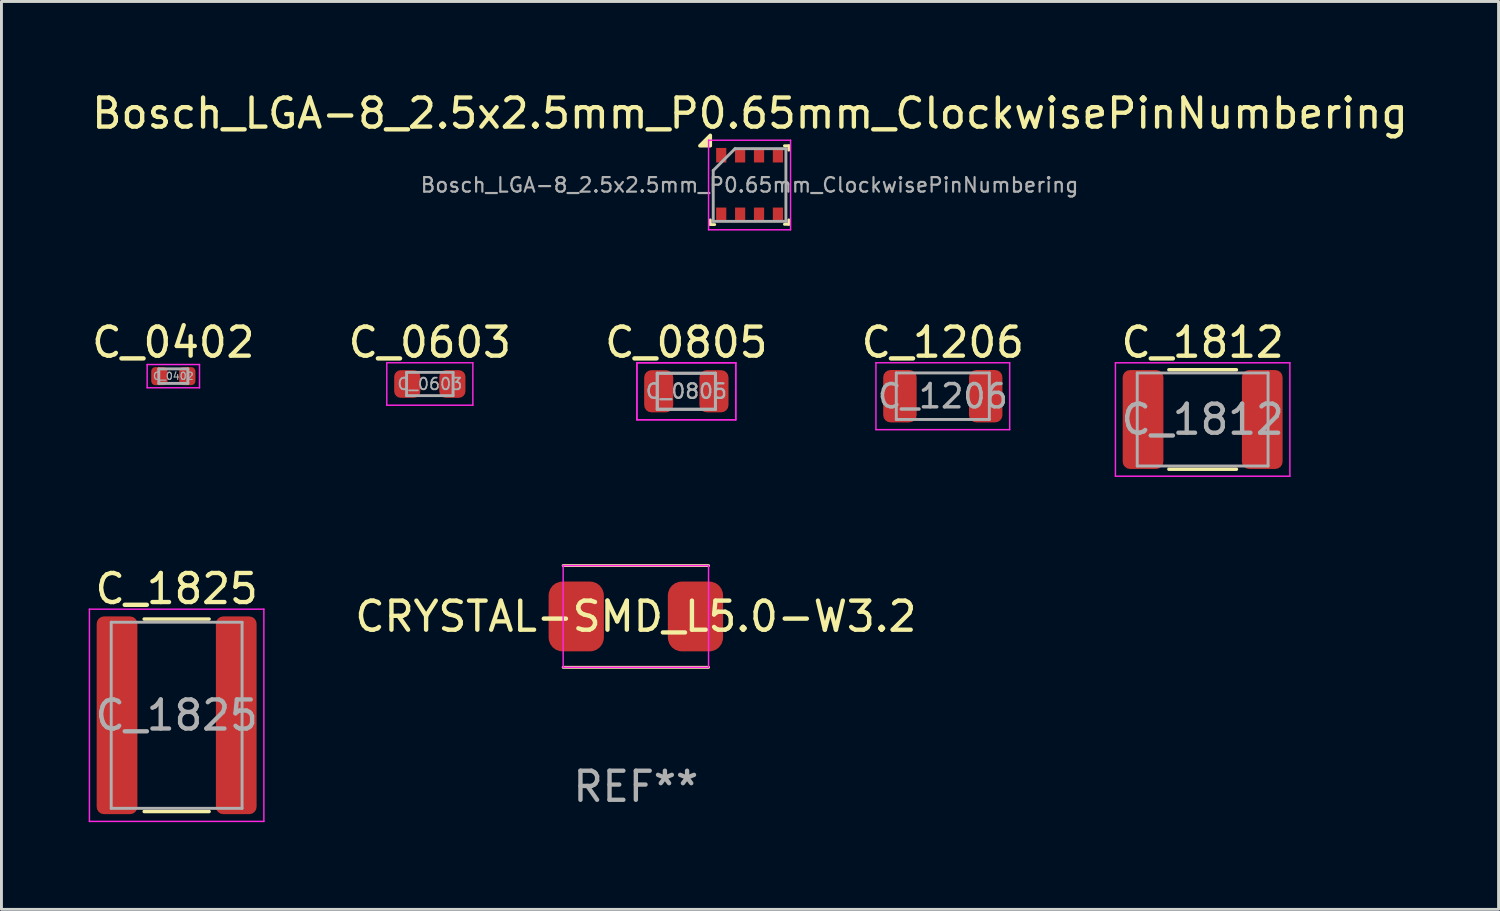
<source format=kicad_pcb>
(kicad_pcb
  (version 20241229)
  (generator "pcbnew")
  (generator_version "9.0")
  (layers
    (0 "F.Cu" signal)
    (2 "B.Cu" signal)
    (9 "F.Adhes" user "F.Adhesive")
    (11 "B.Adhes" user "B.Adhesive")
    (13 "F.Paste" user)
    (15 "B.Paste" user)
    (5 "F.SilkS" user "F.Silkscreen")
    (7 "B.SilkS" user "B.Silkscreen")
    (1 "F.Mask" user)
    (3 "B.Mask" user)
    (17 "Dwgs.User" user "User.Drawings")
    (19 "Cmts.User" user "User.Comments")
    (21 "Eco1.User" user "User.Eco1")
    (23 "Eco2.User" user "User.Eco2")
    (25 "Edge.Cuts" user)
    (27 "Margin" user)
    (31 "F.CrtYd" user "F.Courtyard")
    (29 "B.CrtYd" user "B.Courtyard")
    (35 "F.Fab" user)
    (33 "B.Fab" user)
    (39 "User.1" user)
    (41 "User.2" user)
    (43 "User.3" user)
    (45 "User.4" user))
  (footprint "C_0402"
    (layer "F.Cu")
    (at 2.911 9.886)
    (property "Reference" "C_0402" (at 0 -1.16 0) (layer "F.SilkS") (effects (font (size 1 1) (thickness 0.15))))
    (attr smd)
    (fp_line (start -0.9 -0.4) (end -0.9 0.4) (stroke (width 0.05) (type default)) (layer "F.CrtYd"))
    (fp_line (start -0.9 -0.4) (end 0.9 -0.4) (stroke (width 0.05) (type default)) (layer "F.CrtYd"))
    (fp_line (start 0.9 -0.4) (end 0.9 0.4) (stroke (width 0.05) (type default)) (layer "F.CrtYd"))
    (fp_line (start 0.9 0.4) (end -0.9 0.4) (stroke (width 0.05) (type default)) (layer "F.CrtYd"))
    (fp_line (start -0.5 -0.25) (end 0.5 -0.25) (stroke (width 0.1) (type solid)) (layer "F.Fab"))
    (fp_line (start -0.5 0.25) (end -0.5 -0.25) (stroke (width 0.1) (type solid)) (layer "F.Fab"))
    (fp_line (start 0.5 -0.25) (end 0.5 0.25) (stroke (width 0.1) (type solid)) (layer "F.Fab"))
    (fp_line (start 0.5 0.25) (end -0.5 0.25) (stroke (width 0.1) (type solid)) (layer "F.Fab"))
    (fp_text user "${REFERENCE}" (at 0 0 0) (layer "F.Fab") (effects (font (size 0.25 0.25) (thickness 0.04))))
    (pad "1" smd roundrect (at -0.48 0) (size 0.56 0.62) (layers "F.Cu" "F.Mask" "F.Paste") (roundrect_rratio 0.25))
    (pad "2" smd roundrect (at 0.48 0) (size 0.56 0.62) (layers "F.Cu" "F.Mask" "F.Paste") (roundrect_rratio 0.25)))
  (footprint "C_0805"
    (layer "F.Cu")
    (at 20.554 10.406)
    (property "Reference" "C_0805" (at 0 -1.68 0) (layer "F.SilkS") (effects (font (size 1 1) (thickness 0.15))))
    (attr smd)
    (fp_line (start -1.7 -0.98) (end 1.7 -0.98) (stroke (width 0.05) (type solid)) (layer "F.CrtYd"))
    (fp_line (start -1.7 -0.98) (end 1.7 -0.98) (stroke (width 0.05) (type solid)) (layer "F.CrtYd"))
    (fp_line (start -1.7 0.98) (end -1.7 -0.98) (stroke (width 0.05) (type solid)) (layer "F.CrtYd"))
    (fp_line (start -1.7 0.98) (end -1.7 -0.98) (stroke (width 0.05) (type solid)) (layer "F.CrtYd"))
    (fp_line (start 1.7 -0.98) (end 1.7 0.98) (stroke (width 0.05) (type solid)) (layer "F.CrtYd"))
    (fp_line (start 1.7 -0.98) (end 1.7 0.98) (stroke (width 0.05) (type solid)) (layer "F.CrtYd"))
    (fp_line (start 1.7 0.98) (end -1.7 0.98) (stroke (width 0.05) (type solid)) (layer "F.CrtYd"))
    (fp_line (start 1.7 0.98) (end -1.7 0.98) (stroke (width 0.05) (type solid)) (layer "F.CrtYd"))
    (fp_line (start -1 -0.62) (end 1 -0.62) (stroke (width 0.1) (type solid)) (layer "F.Fab"))
    (fp_line (start -1 -0.62) (end 1 -0.62) (stroke (width 0.1) (type solid)) (layer "F.Fab"))
    (fp_line (start -1 0.62) (end -1 -0.62) (stroke (width 0.1) (type solid)) (layer "F.Fab"))
    (fp_line (start -1 0.62) (end -1 -0.62) (stroke (width 0.1) (type solid)) (layer "F.Fab"))
    (fp_line (start 1 -0.62) (end 1 0.62) (stroke (width 0.1) (type solid)) (layer "F.Fab"))
    (fp_line (start 1 -0.62) (end 1 0.62) (stroke (width 0.1) (type solid)) (layer "F.Fab"))
    (fp_line (start 1 0.62) (end -1 0.62) (stroke (width 0.1) (type solid)) (layer "F.Fab"))
    (fp_line (start 1 0.62) (end -1 0.62) (stroke (width 0.1) (type solid)) (layer "F.Fab"))
    (fp_text user "${REFERENCE}" (at 0 0 0) (layer "F.Fab") (effects (font (size 0.5 0.5) (thickness 0.08))))
    (pad "1" smd roundrect (at -0.95 0) (size 1 1.45) (layers "F.Cu" "F.Mask" "F.Paste") (roundrect_rratio 0.25))
    (pad "2" smd roundrect (at 0.95 0) (size 1 1.45) (layers "F.Cu" "F.Mask" "F.Paste") (roundrect_rratio 0.25)))
  (footprint "C_1825"
    (layer "F.Cu")
    (at 3.025 21.55)
    (property "Reference" "C_1825" (at 0 -4.35 0) (layer "F.SilkS") (effects (font (size 1 1) (thickness 0.15))))
    (attr smd)
    (fp_line (start -1.116 -3.31) (end 1.116 -3.31) (stroke (width 0.12) (type solid)) (layer "F.SilkS"))
    (fp_line (start -1.116 3.31) (end 1.116 3.31) (stroke (width 0.12) (type solid)) (layer "F.SilkS"))
    (fp_line (start -3 -3.65) (end 3 -3.65) (stroke (width 0.05) (type solid)) (layer "F.CrtYd"))
    (fp_line (start -3 3.65) (end -3 -3.65) (stroke (width 0.05) (type solid)) (layer "F.CrtYd"))
    (fp_line (start 3 -3.65) (end 3 3.65) (stroke (width 0.05) (type solid)) (layer "F.CrtYd"))
    (fp_line (start 3 3.65) (end -3 3.65) (stroke (width 0.05) (type solid)) (layer "F.CrtYd"))
    (fp_line (start -2.25 -3.2) (end 2.25 -3.2) (stroke (width 0.1) (type solid)) (layer "F.Fab"))
    (fp_line (start -2.25 3.2) (end -2.25 -3.2) (stroke (width 0.1) (type solid)) (layer "F.Fab"))
    (fp_line (start 2.25 -3.2) (end 2.25 3.2) (stroke (width 0.1) (type solid)) (layer "F.Fab"))
    (fp_line (start 2.25 3.2) (end -2.25 3.2) (stroke (width 0.1) (type solid)) (layer "F.Fab"))
    (fp_text user "${REFERENCE}" (at 0 0 0) (layer "F.Fab") (effects (font (size 1 1) (thickness 0.15))))
    (pad "1" smd roundrect (at -2.05 0) (size 1.4 6.8) (layers "F.Cu" "F.Mask" "F.Paste") (roundrect_rratio 0.179))
    (pad "2" smd roundrect (at 2.05 0) (size 1.4 6.8) (layers "F.Cu" "F.Mask" "F.Paste") (roundrect_rratio 0.179)))
  (footprint "C_1206"
    (layer "F.Cu")
    (at 29.375 10.576)
    (property "Reference" "C_1206" (at 0 -1.85 0) (layer "F.SilkS") (effects (font (size 1 1) (thickness 0.15))))
    (attr smd)
    (fp_line (start -2.3 -1.15) (end 2.3 -1.15) (stroke (width 0.05) (type solid)) (layer "F.CrtYd"))
    (fp_line (start -2.3 1.15) (end -2.3 -1.15) (stroke (width 0.05) (type solid)) (layer "F.CrtYd"))
    (fp_line (start 2.3 -1.15) (end 2.3 1.15) (stroke (width 0.05) (type solid)) (layer "F.CrtYd"))
    (fp_line (start 2.3 1.15) (end -2.3 1.15) (stroke (width 0.05) (type solid)) (layer "F.CrtYd"))
    (fp_line (start -1.6 -0.8) (end 1.6 -0.8) (stroke (width 0.1) (type solid)) (layer "F.Fab"))
    (fp_line (start -1.6 0.8) (end -1.6 -0.8) (stroke (width 0.1) (type solid)) (layer "F.Fab"))
    (fp_line (start 1.6 -0.8) (end 1.6 0.8) (stroke (width 0.1) (type solid)) (layer "F.Fab"))
    (fp_line (start 1.6 0.8) (end -1.6 0.8) (stroke (width 0.1) (type solid)) (layer "F.Fab"))
    (fp_text user "${REFERENCE}" (at 0 0 0) (layer "F.Fab") (effects (font (size 0.8 0.8) (thickness 0.12))))
    (pad "1" smd roundrect (at -1.475 0) (size 1.15 1.8) (layers "F.Cu" "F.Mask" "F.Paste") (roundrect_rratio 0.217))
    (pad "2" smd roundrect (at 1.475 0) (size 1.15 1.8) (layers "F.Cu" "F.Mask" "F.Paste") (roundrect_rratio 0.217)))
  (footprint "C_1812"
    (layer "F.Cu")
    (at 38.311 11.377)
    (property "Reference" "C_1812" (at 0 -2.65 0) (layer "F.SilkS") (effects (font (size 1 1) (thickness 0.15))))
    (attr smd)
    (fp_line (start -1.161 -1.71) (end 1.161 -1.71) (stroke (width 0.12) (type solid)) (layer "F.SilkS"))
    (fp_line (start -1.161 1.71) (end 1.161 1.71) (stroke (width 0.12) (type solid)) (layer "F.SilkS"))
    (fp_line (start -3 -1.95) (end 3 -1.95) (stroke (width 0.05) (type solid)) (layer "F.CrtYd"))
    (fp_line (start -3 1.95) (end -3 -1.95) (stroke (width 0.05) (type solid)) (layer "F.CrtYd"))
    (fp_line (start 3 -1.95) (end 3 1.95) (stroke (width 0.05) (type solid)) (layer "F.CrtYd"))
    (fp_line (start 3 1.95) (end -3 1.95) (stroke (width 0.05) (type solid)) (layer "F.CrtYd"))
    (fp_line (start -2.25 -1.6) (end 2.25 -1.6) (stroke (width 0.1) (type solid)) (layer "F.Fab"))
    (fp_line (start -2.25 1.6) (end -2.25 -1.6) (stroke (width 0.1) (type solid)) (layer "F.Fab"))
    (fp_line (start 2.25 -1.6) (end 2.25 1.6) (stroke (width 0.1) (type solid)) (layer "F.Fab"))
    (fp_line (start 2.25 1.6) (end -2.25 1.6) (stroke (width 0.1) (type solid)) (layer "F.Fab"))
    (fp_text user "${REFERENCE}" (at 0 0 0) (layer "F.Fab") (effects (font (size 1 1) (thickness 0.15))))
    (pad "1" smd roundrect (at -2.05 0) (size 1.4 3.4) (layers "F.Cu" "F.Mask" "F.Paste") (roundrect_rratio 0.179))
    (pad "2" smd roundrect (at 2.05 0) (size 1.4 3.4) (layers "F.Cu" "F.Mask" "F.Paste") (roundrect_rratio 0.179)))
  (footprint "C_0603"
    (layer "F.Cu")
    (at 11.732 10.156)
    (property "Reference" "C_0603" (at 0 -1.43 0) (layer "F.SilkS") (effects (font (size 1 1) (thickness 0.15))))
    (attr smd)
    (fp_line (start -1.48 -0.73) (end 1.48 -0.73) (stroke (width 0.05) (type solid)) (layer "F.CrtYd"))
    (fp_line (start -1.48 0.73) (end -1.48 -0.73) (stroke (width 0.05) (type solid)) (layer "F.CrtYd"))
    (fp_line (start 1.48 -0.73) (end 1.48 0.73) (stroke (width 0.05) (type solid)) (layer "F.CrtYd"))
    (fp_line (start 1.48 0.73) (end -1.48 0.73) (stroke (width 0.05) (type solid)) (layer "F.CrtYd"))
    (fp_line (start -0.8 -0.4) (end 0.8 -0.4) (stroke (width 0.1) (type solid)) (layer "F.Fab"))
    (fp_line (start -0.8 0.4) (end -0.8 -0.4) (stroke (width 0.1) (type solid)) (layer "F.Fab"))
    (fp_line (start 0.8 -0.4) (end 0.8 0.4) (stroke (width 0.1) (type solid)) (layer "F.Fab"))
    (fp_line (start 0.8 0.4) (end -0.8 0.4) (stroke (width 0.1) (type solid)) (layer "F.Fab"))
    (fp_text user "${REFERENCE}" (at 0 0 0) (layer "F.Fab") (effects (font (size 0.4 0.4) (thickness 0.06))))
    (pad "1" smd roundrect (at -0.775 0) (size 0.9 0.95) (layers "F.Cu" "F.Mask" "F.Paste") (roundrect_rratio 0.25))
    (pad "2" smd roundrect (at 0.775 0) (size 0.9 0.95) (layers "F.Cu" "F.Mask" "F.Paste") (roundrect_rratio 0.25)))
  (footprint "Bosch_LGA-8_2.5x2.5mm_P0.65mm_ClockwisePinNumbering"
    (layer "F.Cu")
    (at 22.729 3.313)
    (property "Reference" "Bosch_LGA-8_2.5x2.5mm_P0.65mm_ClockwisePinNumbering" (at 0.015 -2.465 0) (layer "F.SilkS") (effects (font (size 1 1) (thickness 0.15))))
    (attr smd)
    (fp_line (start -1.35 1.35) (end -1.35 1.2) (stroke (width 0.1) (type solid)) (layer "F.SilkS"))
    (fp_line (start -1.35 1.36) (end -1.2 1.36) (stroke (width 0.1) (type solid)) (layer "F.SilkS"))
    (fp_line (start 1.2 -1.35) (end 1.35 -1.35) (stroke (width 0.1) (type solid)) (layer "F.SilkS"))
    (fp_line (start 1.35 -1.35) (end 1.35 -1.2) (stroke (width 0.1) (type solid)) (layer "F.SilkS"))
    (fp_line (start 1.35 1.35) (end 1.2 1.35) (stroke (width 0.1) (type solid)) (layer "F.SilkS"))
    (fp_line (start 1.35 1.35) (end 1.35 1.2) (stroke (width 0.1) (type solid)) (layer "F.SilkS"))
    (fp_poly (pts (xy -1.35 -1.35) (xy -1.71 -1.35) (xy -1.35 -1.71) (xy -1.35 -1.35)) (stroke (width 0.12) (type solid)) (fill yes) (layer "F.SilkS"))
    (fp_line (start -1.41 -1.54) (end 1.41 -1.54) (stroke (width 0.05) (type solid)) (layer "F.CrtYd"))
    (fp_line (start -1.41 1.54) (end -1.41 -1.54) (stroke (width 0.05) (type solid)) (layer "F.CrtYd"))
    (fp_line (start 1.41 -1.54) (end 1.41 1.54) (stroke (width 0.05) (type solid)) (layer "F.CrtYd"))
    (fp_line (start 1.41 1.54) (end -1.41 1.54) (stroke (width 0.05) (type solid)) (layer "F.CrtYd"))
    (fp_line (start -1.25 -0.5) (end -0.5 -1.25) (stroke (width 0.1) (type solid)) (layer "F.Fab"))
    (fp_line (start -1.25 1.25) (end -1.25 -0.5) (stroke (width 0.1) (type solid)) (layer "F.Fab"))
    (fp_line (start -0.5 -1.25) (end 1.25 -1.25) (stroke (width 0.1) (type solid)) (layer "F.Fab"))
    (fp_line (start 1.25 -1.25) (end 1.25 1.25) (stroke (width 0.1) (type solid)) (layer "F.Fab"))
    (fp_line (start 1.25 1.25) (end -1.25 1.25) (stroke (width 0.1) (type solid)) (layer "F.Fab"))
    (fp_text user "${REFERENCE}" (at 0 0 180) (layer "F.Fab") (effects (font (size 0.5 0.5) (thickness 0.075))))
    (pad "1" smd rect (at -0.975 -1.025 90) (size 0.5 0.35) (layers "F.Cu" "F.Mask" "F.Paste"))
    (pad "2" smd rect (at -0.325 -1.025 90) (size 0.5 0.35) (layers "F.Cu" "F.Mask" "F.Paste"))
    (pad "3" smd rect (at 0.325 -1.025 90) (size 0.5 0.35) (layers "F.Cu" "F.Mask" "F.Paste"))
    (pad "4" smd rect (at 0.975 -1.025 90) (size 0.5 0.35) (layers "F.Cu" "F.Mask" "F.Paste"))
    (pad "5" smd rect (at 0.975 1.025 90) (size 0.5 0.35) (layers "F.Cu" "F.Mask" "F.Paste"))
    (pad "6" smd rect (at 0.325 1.025 90) (size 0.5 0.35) (layers "F.Cu" "F.Mask" "F.Paste"))
    (pad "7" smd rect (at -0.325 1.025 90) (size 0.5 0.35) (layers "F.Cu" "F.Mask" "F.Paste"))
    (pad "8" smd rect (at -0.975 1.025 90) (size 0.5 0.35) (layers "F.Cu" "F.Mask" "F.Paste")))
  (footprint "CRYSTAL-SMD_L5.0-W3.2"
    (layer "F.Cu")
    (at 18.818 18.151)
    (property "Reference" "CRYSTAL-SMD_L5.0-W3.2" (at 0 0 0) (layer "F.SilkS") (effects (font (size 1 1) (thickness 0.15))))
    (attr smd)
    (fp_line (start -2.5 -1.75) (end 2.5 -1.75) (stroke (width 0.1) (type default)) (layer "F.SilkS"))
    (fp_line (start -2.5 1.75) (end 2.5 1.75) (stroke (width 0.1) (type default)) (layer "F.SilkS"))
    (fp_line (start -2.5 -1.75) (end 2.5 -1.75) (stroke (width 0.05) (type default)) (layer "F.CrtYd"))
    (fp_line (start -2.5 1.75) (end -2.5 -1.75) (stroke (width 0.05) (type default)) (layer "F.CrtYd"))
    (fp_line (start 2.5 -1.75) (end 2.5 1.75) (stroke (width 0.05) (type default)) (layer "F.CrtYd"))
    (fp_line (start 2.5 1.75) (end -2.5 1.75) (stroke (width 0.05) (type default)) (layer "F.CrtYd"))
    (fp_text user "REF**" (at 0 5.85 0) (layer "F.Fab") (effects (font (size 1 1) (thickness 0.15))))
    (pad "1" smd roundrect (at -2.05 0) (size 1.9 2.4) (layers "F.Cu" "F.Mask" "F.Paste") (roundrect_rratio 0.25))
    (pad "2" smd roundrect (at 2.05 0) (size 1.9 2.4) (layers "F.Cu" "F.Mask" "F.Paste") (roundrect_rratio 0.25)))
  (gr_rect
    (start -3 -3)
    (end 48.488 28.225)
    (stroke (width 0.1) (type default))
    (fill no)
    (layer "Edge.Cuts")))
</source>
